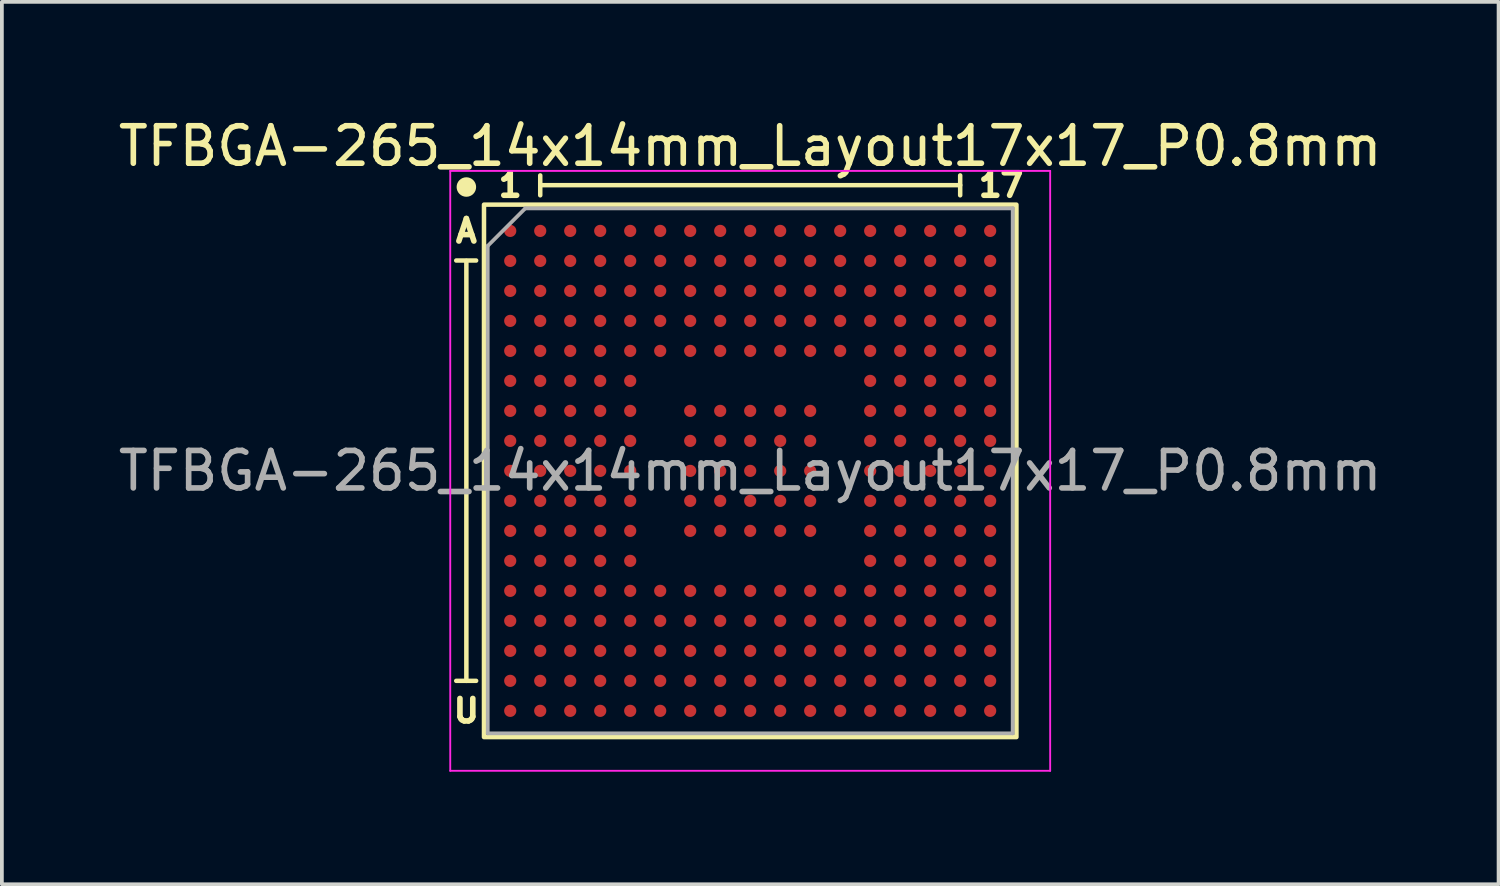
<source format=kicad_pcb>
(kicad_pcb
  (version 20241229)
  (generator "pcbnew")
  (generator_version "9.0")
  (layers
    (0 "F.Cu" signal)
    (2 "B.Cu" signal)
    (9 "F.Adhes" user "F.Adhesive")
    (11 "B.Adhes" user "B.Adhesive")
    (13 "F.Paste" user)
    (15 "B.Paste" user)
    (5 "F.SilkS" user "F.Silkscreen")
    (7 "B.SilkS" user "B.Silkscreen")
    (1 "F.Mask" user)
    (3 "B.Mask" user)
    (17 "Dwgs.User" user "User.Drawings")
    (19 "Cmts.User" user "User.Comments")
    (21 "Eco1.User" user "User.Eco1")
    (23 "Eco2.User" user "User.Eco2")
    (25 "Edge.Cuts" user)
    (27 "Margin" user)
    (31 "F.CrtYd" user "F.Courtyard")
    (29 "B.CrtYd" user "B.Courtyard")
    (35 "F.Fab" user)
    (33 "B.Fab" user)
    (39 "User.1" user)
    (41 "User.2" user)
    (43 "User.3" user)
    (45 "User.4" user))
  (footprint "TFBGA-265_14x14mm_Layout17x17_P0.8mm"
    (layer "F.Cu")
    (at 16.958 9.508)
    (property "Reference" "TFBGA-265_14x14mm_Layout17x17_P0.8mm" (at 0 -8.66 0) (layer "F.SilkS") (effects (font (size 1 1) (thickness 0.15))))
    (attr smd)
    (fp_line (start -7.84 -5.61) (end -7.31 -5.61) (stroke (width 0.12) (type solid)) (layer "F.SilkS"))
    (fp_line (start -7.84 5.6) (end -7.31 5.6) (stroke (width 0.12) (type solid)) (layer "F.SilkS"))
    (fp_line (start -7.57 -5.6) (end -7.57 5.6) (stroke (width 0.12) (type solid)) (layer "F.SilkS"))
    (fp_line (start -5.6 -7.62) (end 5.6 -7.62) (stroke (width 0.12) (type solid)) (layer "F.SilkS"))
    (fp_line (start -5.6 -7.35) (end -5.6 -7.88) (stroke (width 0.12) (type solid)) (layer "F.SilkS"))
    (fp_line (start 5.6 -7.35) (end 5.6 -7.88) (stroke (width 0.12) (type solid)) (layer "F.SilkS"))
    (fp_rect (start -7.1 -7.1) (end 7.1 7.1) (stroke (width 0.12) (type solid)) (fill no) (layer "F.SilkS"))
    (fp_circle (center -7.57 -7.57) (end -7.37 -7.57) (stroke (width 0.12) (type solid)) (fill yes) (layer "F.SilkS"))
    (fp_line (start -8 -8) (end -8 8) (stroke (width 0.05) (type solid)) (layer "F.CrtYd"))
    (fp_line (start -8 8) (end 8 8) (stroke (width 0.05) (type solid)) (layer "F.CrtYd"))
    (fp_line (start 8 -8) (end -8 -8) (stroke (width 0.05) (type solid)) (layer "F.CrtYd"))
    (fp_line (start 8 8) (end 8 -8) (stroke (width 0.05) (type solid)) (layer "F.CrtYd"))
    (fp_line (start -7 -6) (end -6 -7) (stroke (width 0.1) (type solid)) (layer "F.Fab"))
    (fp_line (start -7 7) (end -7 -6) (stroke (width 0.1) (type solid)) (layer "F.Fab"))
    (fp_line (start -6 -7) (end 7 -7) (stroke (width 0.1) (type solid)) (layer "F.Fab"))
    (fp_line (start 7 -7) (end 7 7) (stroke (width 0.1) (type solid)) (layer "F.Fab"))
    (fp_line (start 7 7) (end -7 7) (stroke (width 0.1) (type solid)) (layer "F.Fab"))
    (fp_text user "17" (at 6.69 -7.62 0) (unlocked yes) (layer "F.SilkS") (effects (font (size 0.6 0.6) (thickness 0.15))))
    (fp_text user "1" (at -6.4 -7.62 0) (unlocked yes) (layer "F.SilkS") (effects (font (size 0.6 0.6) (thickness 0.15))))
    (fp_text user "U" (at -7.57 6.4 0) (unlocked yes) (layer "F.SilkS") (effects (font (size 0.6 0.6) (thickness 0.15))))
    (fp_text user "A" (at -7.57 -6.4 0) (unlocked yes) (layer "F.SilkS") (effects (font (size 0.6 0.6) (thickness 0.15))))
    (fp_text user "${REFERENCE}" (at 0 0 0) (layer "F.Fab") (effects (font (size 1 1) (thickness 0.15))))
    (pad "A1" smd circle (at -6.4 -6.4) (size 0.325 0.325) (layers "F.Cu" "F.Mask" "F.Paste"))
    (pad "A2" smd circle (at -5.6 -6.4) (size 0.325 0.325) (layers "F.Cu" "F.Mask" "F.Paste"))
    (pad "A3" smd circle (at -4.8 -6.4) (size 0.325 0.325) (layers "F.Cu" "F.Mask" "F.Paste"))
    (pad "A4" smd circle (at -4 -6.4) (size 0.325 0.325) (layers "F.Cu" "F.Mask" "F.Paste"))
    (pad "A5" smd circle (at -3.2 -6.4) (size 0.325 0.325) (layers "F.Cu" "F.Mask" "F.Paste"))
    (pad "A6" smd circle (at -2.4 -6.4) (size 0.325 0.325) (layers "F.Cu" "F.Mask" "F.Paste"))
    (pad "A7" smd circle (at -1.6 -6.4) (size 0.325 0.325) (layers "F.Cu" "F.Mask" "F.Paste"))
    (pad "A8" smd circle (at -0.8 -6.4) (size 0.325 0.325) (layers "F.Cu" "F.Mask" "F.Paste"))
    (pad "A9" smd circle (at 0 -6.4) (size 0.325 0.325) (layers "F.Cu" "F.Mask" "F.Paste"))
    (pad "A10" smd circle (at 0.8 -6.4) (size 0.325 0.325) (layers "F.Cu" "F.Mask" "F.Paste"))
    (pad "A11" smd circle (at 1.6 -6.4) (size 0.325 0.325) (layers "F.Cu" "F.Mask" "F.Paste"))
    (pad "A12" smd circle (at 2.4 -6.4) (size 0.325 0.325) (layers "F.Cu" "F.Mask" "F.Paste"))
    (pad "A13" smd circle (at 3.2 -6.4) (size 0.325 0.325) (layers "F.Cu" "F.Mask" "F.Paste"))
    (pad "A14" smd circle (at 4 -6.4) (size 0.325 0.325) (layers "F.Cu" "F.Mask" "F.Paste"))
    (pad "A15" smd circle (at 4.8 -6.4) (size 0.325 0.325) (layers "F.Cu" "F.Mask" "F.Paste"))
    (pad "A16" smd circle (at 5.6 -6.4) (size 0.325 0.325) (layers "F.Cu" "F.Mask" "F.Paste"))
    (pad "A17" smd circle (at 6.4 -6.4) (size 0.325 0.325) (layers "F.Cu" "F.Mask" "F.Paste"))
    (pad "B1" smd circle (at -6.4 -5.6) (size 0.325 0.325) (layers "F.Cu" "F.Mask" "F.Paste"))
    (pad "B2" smd circle (at -5.6 -5.6) (size 0.325 0.325) (layers "F.Cu" "F.Mask" "F.Paste"))
    (pad "B3" smd circle (at -4.8 -5.6) (size 0.325 0.325) (layers "F.Cu" "F.Mask" "F.Paste"))
    (pad "B4" smd circle (at -4 -5.6) (size 0.325 0.325) (layers "F.Cu" "F.Mask" "F.Paste"))
    (pad "B5" smd circle (at -3.2 -5.6) (size 0.325 0.325) (layers "F.Cu" "F.Mask" "F.Paste"))
    (pad "B6" smd circle (at -2.4 -5.6) (size 0.325 0.325) (layers "F.Cu" "F.Mask" "F.Paste"))
    (pad "B7" smd circle (at -1.6 -5.6) (size 0.325 0.325) (layers "F.Cu" "F.Mask" "F.Paste"))
    (pad "B8" smd circle (at -0.8 -5.6) (size 0.325 0.325) (layers "F.Cu" "F.Mask" "F.Paste"))
    (pad "B9" smd circle (at 0 -5.6) (size 0.325 0.325) (layers "F.Cu" "F.Mask" "F.Paste"))
    (pad "B10" smd circle (at 0.8 -5.6) (size 0.325 0.325) (layers "F.Cu" "F.Mask" "F.Paste"))
    (pad "B11" smd circle (at 1.6 -5.6) (size 0.325 0.325) (layers "F.Cu" "F.Mask" "F.Paste"))
    (pad "B12" smd circle (at 2.4 -5.6) (size 0.325 0.325) (layers "F.Cu" "F.Mask" "F.Paste"))
    (pad "B13" smd circle (at 3.2 -5.6) (size 0.325 0.325) (layers "F.Cu" "F.Mask" "F.Paste"))
    (pad "B14" smd circle (at 4 -5.6) (size 0.325 0.325) (layers "F.Cu" "F.Mask" "F.Paste"))
    (pad "B15" smd circle (at 4.8 -5.6) (size 0.325 0.325) (layers "F.Cu" "F.Mask" "F.Paste"))
    (pad "B16" smd circle (at 5.6 -5.6) (size 0.325 0.325) (layers "F.Cu" "F.Mask" "F.Paste"))
    (pad "B17" smd circle (at 6.4 -5.6) (size 0.325 0.325) (layers "F.Cu" "F.Mask" "F.Paste"))
    (pad "C1" smd circle (at -6.4 -4.8) (size 0.325 0.325) (layers "F.Cu" "F.Mask" "F.Paste"))
    (pad "C2" smd circle (at -5.6 -4.8) (size 0.325 0.325) (layers "F.Cu" "F.Mask" "F.Paste"))
    (pad "C3" smd circle (at -4.8 -4.8) (size 0.325 0.325) (layers "F.Cu" "F.Mask" "F.Paste"))
    (pad "C4" smd circle (at -4 -4.8) (size 0.325 0.325) (layers "F.Cu" "F.Mask" "F.Paste"))
    (pad "C5" smd circle (at -3.2 -4.8) (size 0.325 0.325) (layers "F.Cu" "F.Mask" "F.Paste"))
    (pad "C6" smd circle (at -2.4 -4.8) (size 0.325 0.325) (layers "F.Cu" "F.Mask" "F.Paste"))
    (pad "C7" smd circle (at -1.6 -4.8) (size 0.325 0.325) (layers "F.Cu" "F.Mask" "F.Paste"))
    (pad "C8" smd circle (at -0.8 -4.8) (size 0.325 0.325) (layers "F.Cu" "F.Mask" "F.Paste"))
    (pad "C9" smd circle (at 0 -4.8) (size 0.325 0.325) (layers "F.Cu" "F.Mask" "F.Paste"))
    (pad "C10" smd circle (at 0.8 -4.8) (size 0.325 0.325) (layers "F.Cu" "F.Mask" "F.Paste"))
    (pad "C11" smd circle (at 1.6 -4.8) (size 0.325 0.325) (layers "F.Cu" "F.Mask" "F.Paste"))
    (pad "C12" smd circle (at 2.4 -4.8) (size 0.325 0.325) (layers "F.Cu" "F.Mask" "F.Paste"))
    (pad "C13" smd circle (at 3.2 -4.8) (size 0.325 0.325) (layers "F.Cu" "F.Mask" "F.Paste"))
    (pad "C14" smd circle (at 4 -4.8) (size 0.325 0.325) (layers "F.Cu" "F.Mask" "F.Paste"))
    (pad "C15" smd circle (at 4.8 -4.8) (size 0.325 0.325) (layers "F.Cu" "F.Mask" "F.Paste"))
    (pad "C16" smd circle (at 5.6 -4.8) (size 0.325 0.325) (layers "F.Cu" "F.Mask" "F.Paste"))
    (pad "C17" smd circle (at 6.4 -4.8) (size 0.325 0.325) (layers "F.Cu" "F.Mask" "F.Paste"))
    (pad "D1" smd circle (at -6.4 -4) (size 0.325 0.325) (layers "F.Cu" "F.Mask" "F.Paste"))
    (pad "D2" smd circle (at -5.6 -4) (size 0.325 0.325) (layers "F.Cu" "F.Mask" "F.Paste"))
    (pad "D3" smd circle (at -4.8 -4) (size 0.325 0.325) (layers "F.Cu" "F.Mask" "F.Paste"))
    (pad "D4" smd circle (at -4 -4) (size 0.325 0.325) (layers "F.Cu" "F.Mask" "F.Paste"))
    (pad "D5" smd circle (at -3.2 -4) (size 0.325 0.325) (layers "F.Cu" "F.Mask" "F.Paste"))
    (pad "D6" smd circle (at -2.4 -4) (size 0.325 0.325) (layers "F.Cu" "F.Mask" "F.Paste"))
    (pad "D7" smd circle (at -1.6 -4) (size 0.325 0.325) (layers "F.Cu" "F.Mask" "F.Paste"))
    (pad "D8" smd circle (at -0.8 -4) (size 0.325 0.325) (layers "F.Cu" "F.Mask" "F.Paste"))
    (pad "D9" smd circle (at 0 -4) (size 0.325 0.325) (layers "F.Cu" "F.Mask" "F.Paste"))
    (pad "D10" smd circle (at 0.8 -4) (size 0.325 0.325) (layers "F.Cu" "F.Mask" "F.Paste"))
    (pad "D11" smd circle (at 1.6 -4) (size 0.325 0.325) (layers "F.Cu" "F.Mask" "F.Paste"))
    (pad "D12" smd circle (at 2.4 -4) (size 0.325 0.325) (layers "F.Cu" "F.Mask" "F.Paste"))
    (pad "D13" smd circle (at 3.2 -4) (size 0.325 0.325) (layers "F.Cu" "F.Mask" "F.Paste"))
    (pad "D14" smd circle (at 4 -4) (size 0.325 0.325) (layers "F.Cu" "F.Mask" "F.Paste"))
    (pad "D15" smd circle (at 4.8 -4) (size 0.325 0.325) (layers "F.Cu" "F.Mask" "F.Paste"))
    (pad "D16" smd circle (at 5.6 -4) (size 0.325 0.325) (layers "F.Cu" "F.Mask" "F.Paste"))
    (pad "D17" smd circle (at 6.4 -4) (size 0.325 0.325) (layers "F.Cu" "F.Mask" "F.Paste"))
    (pad "E1" smd circle (at -6.4 -3.2) (size 0.325 0.325) (layers "F.Cu" "F.Mask" "F.Paste"))
    (pad "E2" smd circle (at -5.6 -3.2) (size 0.325 0.325) (layers "F.Cu" "F.Mask" "F.Paste"))
    (pad "E3" smd circle (at -4.8 -3.2) (size 0.325 0.325) (layers "F.Cu" "F.Mask" "F.Paste"))
    (pad "E4" smd circle (at -4 -3.2) (size 0.325 0.325) (layers "F.Cu" "F.Mask" "F.Paste"))
    (pad "E5" smd circle (at -3.2 -3.2) (size 0.325 0.325) (layers "F.Cu" "F.Mask" "F.Paste"))
    (pad "E6" smd circle (at -2.4 -3.2) (size 0.325 0.325) (layers "F.Cu" "F.Mask" "F.Paste"))
    (pad "E7" smd circle (at -1.6 -3.2) (size 0.325 0.325) (layers "F.Cu" "F.Mask" "F.Paste"))
    (pad "E8" smd circle (at -0.8 -3.2) (size 0.325 0.325) (layers "F.Cu" "F.Mask" "F.Paste"))
    (pad "E9" smd circle (at 0 -3.2) (size 0.325 0.325) (layers "F.Cu" "F.Mask" "F.Paste"))
    (pad "E10" smd circle (at 0.8 -3.2) (size 0.325 0.325) (layers "F.Cu" "F.Mask" "F.Paste"))
    (pad "E11" smd circle (at 1.6 -3.2) (size 0.325 0.325) (layers "F.Cu" "F.Mask" "F.Paste"))
    (pad "E12" smd circle (at 2.4 -3.2) (size 0.325 0.325) (layers "F.Cu" "F.Mask" "F.Paste"))
    (pad "E13" smd circle (at 3.2 -3.2) (size 0.325 0.325) (layers "F.Cu" "F.Mask" "F.Paste"))
    (pad "E14" smd circle (at 4 -3.2) (size 0.325 0.325) (layers "F.Cu" "F.Mask" "F.Paste"))
    (pad "E15" smd circle (at 4.8 -3.2) (size 0.325 0.325) (layers "F.Cu" "F.Mask" "F.Paste"))
    (pad "E16" smd circle (at 5.6 -3.2) (size 0.325 0.325) (layers "F.Cu" "F.Mask" "F.Paste"))
    (pad "E17" smd circle (at 6.4 -3.2) (size 0.325 0.325) (layers "F.Cu" "F.Mask" "F.Paste"))
    (pad "F1" smd circle (at -6.4 -2.4) (size 0.325 0.325) (layers "F.Cu" "F.Mask" "F.Paste"))
    (pad "F2" smd circle (at -5.6 -2.4) (size 0.325 0.325) (layers "F.Cu" "F.Mask" "F.Paste"))
    (pad "F3" smd circle (at -4.8 -2.4) (size 0.325 0.325) (layers "F.Cu" "F.Mask" "F.Paste"))
    (pad "F4" smd circle (at -4 -2.4) (size 0.325 0.325) (layers "F.Cu" "F.Mask" "F.Paste"))
    (pad "F5" smd circle (at -3.2 -2.4) (size 0.325 0.325) (layers "F.Cu" "F.Mask" "F.Paste"))
    (pad "F13" smd circle (at 3.2 -2.4) (size 0.325 0.325) (layers "F.Cu" "F.Mask" "F.Paste"))
    (pad "F14" smd circle (at 4 -2.4) (size 0.325 0.325) (layers "F.Cu" "F.Mask" "F.Paste"))
    (pad "F15" smd circle (at 4.8 -2.4) (size 0.325 0.325) (layers "F.Cu" "F.Mask" "F.Paste"))
    (pad "F16" smd circle (at 5.6 -2.4) (size 0.325 0.325) (layers "F.Cu" "F.Mask" "F.Paste"))
    (pad "F17" smd circle (at 6.4 -2.4) (size 0.325 0.325) (layers "F.Cu" "F.Mask" "F.Paste"))
    (pad "G1" smd circle (at -6.4 -1.6) (size 0.325 0.325) (layers "F.Cu" "F.Mask" "F.Paste"))
    (pad "G2" smd circle (at -5.6 -1.6) (size 0.325 0.325) (layers "F.Cu" "F.Mask" "F.Paste"))
    (pad "G3" smd circle (at -4.8 -1.6) (size 0.325 0.325) (layers "F.Cu" "F.Mask" "F.Paste"))
    (pad "G4" smd circle (at -4 -1.6) (size 0.325 0.325) (layers "F.Cu" "F.Mask" "F.Paste"))
    (pad "G5" smd circle (at -3.2 -1.6) (size 0.325 0.325) (layers "F.Cu" "F.Mask" "F.Paste"))
    (pad "G7" smd circle (at -1.6 -1.6) (size 0.325 0.325) (layers "F.Cu" "F.Mask" "F.Paste"))
    (pad "G8" smd circle (at -0.8 -1.6) (size 0.325 0.325) (layers "F.Cu" "F.Mask" "F.Paste"))
    (pad "G9" smd circle (at 0 -1.6) (size 0.325 0.325) (layers "F.Cu" "F.Mask" "F.Paste"))
    (pad "G10" smd circle (at 0.8 -1.6) (size 0.325 0.325) (layers "F.Cu" "F.Mask" "F.Paste"))
    (pad "G11" smd circle (at 1.6 -1.6) (size 0.325 0.325) (layers "F.Cu" "F.Mask" "F.Paste"))
    (pad "G13" smd circle (at 3.2 -1.6) (size 0.325 0.325) (layers "F.Cu" "F.Mask" "F.Paste"))
    (pad "G14" smd circle (at 4 -1.6) (size 0.325 0.325) (layers "F.Cu" "F.Mask" "F.Paste"))
    (pad "G15" smd circle (at 4.8 -1.6) (size 0.325 0.325) (layers "F.Cu" "F.Mask" "F.Paste"))
    (pad "G16" smd circle (at 5.6 -1.6) (size 0.325 0.325) (layers "F.Cu" "F.Mask" "F.Paste"))
    (pad "G17" smd circle (at 6.4 -1.6) (size 0.325 0.325) (layers "F.Cu" "F.Mask" "F.Paste"))
    (pad "H1" smd circle (at -6.4 -0.8) (size 0.325 0.325) (layers "F.Cu" "F.Mask" "F.Paste"))
    (pad "H2" smd circle (at -5.6 -0.8) (size 0.325 0.325) (layers "F.Cu" "F.Mask" "F.Paste"))
    (pad "H3" smd circle (at -4.8 -0.8) (size 0.325 0.325) (layers "F.Cu" "F.Mask" "F.Paste"))
    (pad "H4" smd circle (at -4 -0.8) (size 0.325 0.325) (layers "F.Cu" "F.Mask" "F.Paste"))
    (pad "H5" smd circle (at -3.2 -0.8) (size 0.325 0.325) (layers "F.Cu" "F.Mask" "F.Paste"))
    (pad "H7" smd circle (at -1.6 -0.8) (size 0.325 0.325) (layers "F.Cu" "F.Mask" "F.Paste"))
    (pad "H8" smd circle (at -0.8 -0.8) (size 0.325 0.325) (layers "F.Cu" "F.Mask" "F.Paste"))
    (pad "H9" smd circle (at 0 -0.8) (size 0.325 0.325) (layers "F.Cu" "F.Mask" "F.Paste"))
    (pad "H10" smd circle (at 0.8 -0.8) (size 0.325 0.325) (layers "F.Cu" "F.Mask" "F.Paste"))
    (pad "H11" smd circle (at 1.6 -0.8) (size 0.325 0.325) (layers "F.Cu" "F.Mask" "F.Paste"))
    (pad "H13" smd circle (at 3.2 -0.8) (size 0.325 0.325) (layers "F.Cu" "F.Mask" "F.Paste"))
    (pad "H14" smd circle (at 4 -0.8) (size 0.325 0.325) (layers "F.Cu" "F.Mask" "F.Paste"))
    (pad "H15" smd circle (at 4.8 -0.8) (size 0.325 0.325) (layers "F.Cu" "F.Mask" "F.Paste"))
    (pad "H16" smd circle (at 5.6 -0.8) (size 0.325 0.325) (layers "F.Cu" "F.Mask" "F.Paste"))
    (pad "H17" smd circle (at 6.4 -0.8) (size 0.325 0.325) (layers "F.Cu" "F.Mask" "F.Paste"))
    (pad "J1" smd circle (at -6.4 0) (size 0.325 0.325) (layers "F.Cu" "F.Mask" "F.Paste"))
    (pad "J2" smd circle (at -5.6 0) (size 0.325 0.325) (layers "F.Cu" "F.Mask" "F.Paste"))
    (pad "J3" smd circle (at -4.8 0) (size 0.325 0.325) (layers "F.Cu" "F.Mask" "F.Paste"))
    (pad "J4" smd circle (at -4 0) (size 0.325 0.325) (layers "F.Cu" "F.Mask" "F.Paste"))
    (pad "J5" smd circle (at -3.2 0) (size 0.325 0.325) (layers "F.Cu" "F.Mask" "F.Paste"))
    (pad "J7" smd circle (at -1.6 0) (size 0.325 0.325) (layers "F.Cu" "F.Mask" "F.Paste"))
    (pad "J8" smd circle (at -0.8 0) (size 0.325 0.325) (layers "F.Cu" "F.Mask" "F.Paste"))
    (pad "J9" smd circle (at 0 0) (size 0.325 0.325) (layers "F.Cu" "F.Mask" "F.Paste"))
    (pad "J10" smd circle (at 0.8 0) (size 0.325 0.325) (layers "F.Cu" "F.Mask" "F.Paste"))
    (pad "J11" smd circle (at 1.6 0) (size 0.325 0.325) (layers "F.Cu" "F.Mask" "F.Paste"))
    (pad "J13" smd circle (at 3.2 0) (size 0.325 0.325) (layers "F.Cu" "F.Mask" "F.Paste"))
    (pad "J14" smd circle (at 4 0) (size 0.325 0.325) (layers "F.Cu" "F.Mask" "F.Paste"))
    (pad "J15" smd circle (at 4.8 0) (size 0.325 0.325) (layers "F.Cu" "F.Mask" "F.Paste"))
    (pad "J16" smd circle (at 5.6 0) (size 0.325 0.325) (layers "F.Cu" "F.Mask" "F.Paste"))
    (pad "J17" smd circle (at 6.4 0) (size 0.325 0.325) (layers "F.Cu" "F.Mask" "F.Paste"))
    (pad "K1" smd circle (at -6.4 0.8) (size 0.325 0.325) (layers "F.Cu" "F.Mask" "F.Paste"))
    (pad "K2" smd circle (at -5.6 0.8) (size 0.325 0.325) (layers "F.Cu" "F.Mask" "F.Paste"))
    (pad "K3" smd circle (at -4.8 0.8) (size 0.325 0.325) (layers "F.Cu" "F.Mask" "F.Paste"))
    (pad "K4" smd circle (at -4 0.8) (size 0.325 0.325) (layers "F.Cu" "F.Mask" "F.Paste"))
    (pad "K5" smd circle (at -3.2 0.8) (size 0.325 0.325) (layers "F.Cu" "F.Mask" "F.Paste"))
    (pad "K7" smd circle (at -1.6 0.8) (size 0.325 0.325) (layers "F.Cu" "F.Mask" "F.Paste"))
    (pad "K8" smd circle (at -0.8 0.8) (size 0.325 0.325) (layers "F.Cu" "F.Mask" "F.Paste"))
    (pad "K9" smd circle (at 0 0.8) (size 0.325 0.325) (layers "F.Cu" "F.Mask" "F.Paste"))
    (pad "K10" smd circle (at 0.8 0.8) (size 0.325 0.325) (layers "F.Cu" "F.Mask" "F.Paste"))
    (pad "K11" smd circle (at 1.6 0.8) (size 0.325 0.325) (layers "F.Cu" "F.Mask" "F.Paste"))
    (pad "K13" smd circle (at 3.2 0.8) (size 0.325 0.325) (layers "F.Cu" "F.Mask" "F.Paste"))
    (pad "K14" smd circle (at 4 0.8) (size 0.325 0.325) (layers "F.Cu" "F.Mask" "F.Paste"))
    (pad "K15" smd circle (at 4.8 0.8) (size 0.325 0.325) (layers "F.Cu" "F.Mask" "F.Paste"))
    (pad "K16" smd circle (at 5.6 0.8) (size 0.325 0.325) (layers "F.Cu" "F.Mask" "F.Paste"))
    (pad "K17" smd circle (at 6.4 0.8) (size 0.325 0.325) (layers "F.Cu" "F.Mask" "F.Paste"))
    (pad "L1" smd circle (at -6.4 1.6) (size 0.325 0.325) (layers "F.Cu" "F.Mask" "F.Paste"))
    (pad "L2" smd circle (at -5.6 1.6) (size 0.325 0.325) (layers "F.Cu" "F.Mask" "F.Paste"))
    (pad "L3" smd circle (at -4.8 1.6) (size 0.325 0.325) (layers "F.Cu" "F.Mask" "F.Paste"))
    (pad "L4" smd circle (at -4 1.6) (size 0.325 0.325) (layers "F.Cu" "F.Mask" "F.Paste"))
    (pad "L5" smd circle (at -3.2 1.6) (size 0.325 0.325) (layers "F.Cu" "F.Mask" "F.Paste"))
    (pad "L7" smd circle (at -1.6 1.6) (size 0.325 0.325) (layers "F.Cu" "F.Mask" "F.Paste"))
    (pad "L8" smd circle (at -0.8 1.6) (size 0.325 0.325) (layers "F.Cu" "F.Mask" "F.Paste"))
    (pad "L9" smd circle (at 0 1.6) (size 0.325 0.325) (layers "F.Cu" "F.Mask" "F.Paste"))
    (pad "L10" smd circle (at 0.8 1.6) (size 0.325 0.325) (layers "F.Cu" "F.Mask" "F.Paste"))
    (pad "L11" smd circle (at 1.6 1.6) (size 0.325 0.325) (layers "F.Cu" "F.Mask" "F.Paste"))
    (pad "L13" smd circle (at 3.2 1.6) (size 0.325 0.325) (layers "F.Cu" "F.Mask" "F.Paste"))
    (pad "L14" smd circle (at 4 1.6) (size 0.325 0.325) (layers "F.Cu" "F.Mask" "F.Paste"))
    (pad "L15" smd circle (at 4.8 1.6) (size 0.325 0.325) (layers "F.Cu" "F.Mask" "F.Paste"))
    (pad "L16" smd circle (at 5.6 1.6) (size 0.325 0.325) (layers "F.Cu" "F.Mask" "F.Paste"))
    (pad "L17" smd circle (at 6.4 1.6) (size 0.325 0.325) (layers "F.Cu" "F.Mask" "F.Paste"))
    (pad "M1" smd circle (at -6.4 2.4) (size 0.325 0.325) (layers "F.Cu" "F.Mask" "F.Paste"))
    (pad "M2" smd circle (at -5.6 2.4) (size 0.325 0.325) (layers "F.Cu" "F.Mask" "F.Paste"))
    (pad "M3" smd circle (at -4.8 2.4) (size 0.325 0.325) (layers "F.Cu" "F.Mask" "F.Paste"))
    (pad "M4" smd circle (at -4 2.4) (size 0.325 0.325) (layers "F.Cu" "F.Mask" "F.Paste"))
    (pad "M5" smd circle (at -3.2 2.4) (size 0.325 0.325) (layers "F.Cu" "F.Mask" "F.Paste"))
    (pad "M13" smd circle (at 3.2 2.4) (size 0.325 0.325) (layers "F.Cu" "F.Mask" "F.Paste"))
    (pad "M14" smd circle (at 4 2.4) (size 0.325 0.325) (layers "F.Cu" "F.Mask" "F.Paste"))
    (pad "M15" smd circle (at 4.8 2.4) (size 0.325 0.325) (layers "F.Cu" "F.Mask" "F.Paste"))
    (pad "M16" smd circle (at 5.6 2.4) (size 0.325 0.325) (layers "F.Cu" "F.Mask" "F.Paste"))
    (pad "M17" smd circle (at 6.4 2.4) (size 0.325 0.325) (layers "F.Cu" "F.Mask" "F.Paste"))
    (pad "N1" smd circle (at -6.4 3.2) (size 0.325 0.325) (layers "F.Cu" "F.Mask" "F.Paste"))
    (pad "N2" smd circle (at -5.6 3.2) (size 0.325 0.325) (layers "F.Cu" "F.Mask" "F.Paste"))
    (pad "N3" smd circle (at -4.8 3.2) (size 0.325 0.325) (layers "F.Cu" "F.Mask" "F.Paste"))
    (pad "N4" smd circle (at -4 3.2) (size 0.325 0.325) (layers "F.Cu" "F.Mask" "F.Paste"))
    (pad "N5" smd circle (at -3.2 3.2) (size 0.325 0.325) (layers "F.Cu" "F.Mask" "F.Paste"))
    (pad "N6" smd circle (at -2.4 3.2) (size 0.325 0.325) (layers "F.Cu" "F.Mask" "F.Paste"))
    (pad "N7" smd circle (at -1.6 3.2) (size 0.325 0.325) (layers "F.Cu" "F.Mask" "F.Paste"))
    (pad "N8" smd circle (at -0.8 3.2) (size 0.325 0.325) (layers "F.Cu" "F.Mask" "F.Paste"))
    (pad "N9" smd circle (at 0 3.2) (size 0.325 0.325) (layers "F.Cu" "F.Mask" "F.Paste"))
    (pad "N10" smd circle (at 0.8 3.2) (size 0.325 0.325) (layers "F.Cu" "F.Mask" "F.Paste"))
    (pad "N11" smd circle (at 1.6 3.2) (size 0.325 0.325) (layers "F.Cu" "F.Mask" "F.Paste"))
    (pad "N12" smd circle (at 2.4 3.2) (size 0.325 0.325) (layers "F.Cu" "F.Mask" "F.Paste"))
    (pad "N13" smd circle (at 3.2 3.2) (size 0.325 0.325) (layers "F.Cu" "F.Mask" "F.Paste"))
    (pad "N14" smd circle (at 4 3.2) (size 0.325 0.325) (layers "F.Cu" "F.Mask" "F.Paste"))
    (pad "N15" smd circle (at 4.8 3.2) (size 0.325 0.325) (layers "F.Cu" "F.Mask" "F.Paste"))
    (pad "N16" smd circle (at 5.6 3.2) (size 0.325 0.325) (layers "F.Cu" "F.Mask" "F.Paste"))
    (pad "N17" smd circle (at 6.4 3.2) (size 0.325 0.325) (layers "F.Cu" "F.Mask" "F.Paste"))
    (pad "P1" smd circle (at -6.4 4) (size 0.325 0.325) (layers "F.Cu" "F.Mask" "F.Paste"))
    (pad "P2" smd circle (at -5.6 4) (size 0.325 0.325) (layers "F.Cu" "F.Mask" "F.Paste"))
    (pad "P3" smd circle (at -4.8 4) (size 0.325 0.325) (layers "F.Cu" "F.Mask" "F.Paste"))
    (pad "P4" smd circle (at -4 4) (size 0.325 0.325) (layers "F.Cu" "F.Mask" "F.Paste"))
    (pad "P5" smd circle (at -3.2 4) (size 0.325 0.325) (layers "F.Cu" "F.Mask" "F.Paste"))
    (pad "P6" smd circle (at -2.4 4) (size 0.325 0.325) (layers "F.Cu" "F.Mask" "F.Paste"))
    (pad "P7" smd circle (at -1.6 4) (size 0.325 0.325) (layers "F.Cu" "F.Mask" "F.Paste"))
    (pad "P8" smd circle (at -0.8 4) (size 0.325 0.325) (layers "F.Cu" "F.Mask" "F.Paste"))
    (pad "P9" smd circle (at 0 4) (size 0.325 0.325) (layers "F.Cu" "F.Mask" "F.Paste"))
    (pad "P10" smd circle (at 0.8 4) (size 0.325 0.325) (layers "F.Cu" "F.Mask" "F.Paste"))
    (pad "P11" smd circle (at 1.6 4) (size 0.325 0.325) (layers "F.Cu" "F.Mask" "F.Paste"))
    (pad "P12" smd circle (at 2.4 4) (size 0.325 0.325) (layers "F.Cu" "F.Mask" "F.Paste"))
    (pad "P13" smd circle (at 3.2 4) (size 0.325 0.325) (layers "F.Cu" "F.Mask" "F.Paste"))
    (pad "P14" smd circle (at 4 4) (size 0.325 0.325) (layers "F.Cu" "F.Mask" "F.Paste"))
    (pad "P15" smd circle (at 4.8 4) (size 0.325 0.325) (layers "F.Cu" "F.Mask" "F.Paste"))
    (pad "P16" smd circle (at 5.6 4) (size 0.325 0.325) (layers "F.Cu" "F.Mask" "F.Paste"))
    (pad "P17" smd circle (at 6.4 4) (size 0.325 0.325) (layers "F.Cu" "F.Mask" "F.Paste"))
    (pad "R1" smd circle (at -6.4 4.8) (size 0.325 0.325) (layers "F.Cu" "F.Mask" "F.Paste"))
    (pad "R2" smd circle (at -5.6 4.8) (size 0.325 0.325) (layers "F.Cu" "F.Mask" "F.Paste"))
    (pad "R3" smd circle (at -4.8 4.8) (size 0.325 0.325) (layers "F.Cu" "F.Mask" "F.Paste"))
    (pad "R4" smd circle (at -4 4.8) (size 0.325 0.325) (layers "F.Cu" "F.Mask" "F.Paste"))
    (pad "R5" smd circle (at -3.2 4.8) (size 0.325 0.325) (layers "F.Cu" "F.Mask" "F.Paste"))
    (pad "R6" smd circle (at -2.4 4.8) (size 0.325 0.325) (layers "F.Cu" "F.Mask" "F.Paste"))
    (pad "R7" smd circle (at -1.6 4.8) (size 0.325 0.325) (layers "F.Cu" "F.Mask" "F.Paste"))
    (pad "R8" smd circle (at -0.8 4.8) (size 0.325 0.325) (layers "F.Cu" "F.Mask" "F.Paste"))
    (pad "R9" smd circle (at 0 4.8) (size 0.325 0.325) (layers "F.Cu" "F.Mask" "F.Paste"))
    (pad "R10" smd circle (at 0.8 4.8) (size 0.325 0.325) (layers "F.Cu" "F.Mask" "F.Paste"))
    (pad "R11" smd circle (at 1.6 4.8) (size 0.325 0.325) (layers "F.Cu" "F.Mask" "F.Paste"))
    (pad "R12" smd circle (at 2.4 4.8) (size 0.325 0.325) (layers "F.Cu" "F.Mask" "F.Paste"))
    (pad "R13" smd circle (at 3.2 4.8) (size 0.325 0.325) (layers "F.Cu" "F.Mask" "F.Paste"))
    (pad "R14" smd circle (at 4 4.8) (size 0.325 0.325) (layers "F.Cu" "F.Mask" "F.Paste"))
    (pad "R15" smd circle (at 4.8 4.8) (size 0.325 0.325) (layers "F.Cu" "F.Mask" "F.Paste"))
    (pad "R16" smd circle (at 5.6 4.8) (size 0.325 0.325) (layers "F.Cu" "F.Mask" "F.Paste"))
    (pad "R17" smd circle (at 6.4 4.8) (size 0.325 0.325) (layers "F.Cu" "F.Mask" "F.Paste"))
    (pad "T1" smd circle (at -6.4 5.6) (size 0.325 0.325) (layers "F.Cu" "F.Mask" "F.Paste"))
    (pad "T2" smd circle (at -5.6 5.6) (size 0.325 0.325) (layers "F.Cu" "F.Mask" "F.Paste"))
    (pad "T3" smd circle (at -4.8 5.6) (size 0.325 0.325) (layers "F.Cu" "F.Mask" "F.Paste"))
    (pad "T4" smd circle (at -4 5.6) (size 0.325 0.325) (layers "F.Cu" "F.Mask" "F.Paste"))
    (pad "T5" smd circle (at -3.2 5.6) (size 0.325 0.325) (layers "F.Cu" "F.Mask" "F.Paste"))
    (pad "T6" smd circle (at -2.4 5.6) (size 0.325 0.325) (layers "F.Cu" "F.Mask" "F.Paste"))
    (pad "T7" smd circle (at -1.6 5.6) (size 0.325 0.325) (layers "F.Cu" "F.Mask" "F.Paste"))
    (pad "T8" smd circle (at -0.8 5.6) (size 0.325 0.325) (layers "F.Cu" "F.Mask" "F.Paste"))
    (pad "T9" smd circle (at 0 5.6) (size 0.325 0.325) (layers "F.Cu" "F.Mask" "F.Paste"))
    (pad "T10" smd circle (at 0.8 5.6) (size 0.325 0.325) (layers "F.Cu" "F.Mask" "F.Paste"))
    (pad "T11" smd circle (at 1.6 5.6) (size 0.325 0.325) (layers "F.Cu" "F.Mask" "F.Paste"))
    (pad "T12" smd circle (at 2.4 5.6) (size 0.325 0.325) (layers "F.Cu" "F.Mask" "F.Paste"))
    (pad "T13" smd circle (at 3.2 5.6) (size 0.325 0.325) (layers "F.Cu" "F.Mask" "F.Paste"))
    (pad "T14" smd circle (at 4 5.6) (size 0.325 0.325) (layers "F.Cu" "F.Mask" "F.Paste"))
    (pad "T15" smd circle (at 4.8 5.6) (size 0.325 0.325) (layers "F.Cu" "F.Mask" "F.Paste"))
    (pad "T16" smd circle (at 5.6 5.6) (size 0.325 0.325) (layers "F.Cu" "F.Mask" "F.Paste"))
    (pad "T17" smd circle (at 6.4 5.6) (size 0.325 0.325) (layers "F.Cu" "F.Mask" "F.Paste"))
    (pad "U1" smd circle (at -6.4 6.4) (size 0.325 0.325) (layers "F.Cu" "F.Mask" "F.Paste"))
    (pad "U2" smd circle (at -5.6 6.4) (size 0.325 0.325) (layers "F.Cu" "F.Mask" "F.Paste"))
    (pad "U3" smd circle (at -4.8 6.4) (size 0.325 0.325) (layers "F.Cu" "F.Mask" "F.Paste"))
    (pad "U4" smd circle (at -4 6.4) (size 0.325 0.325) (layers "F.Cu" "F.Mask" "F.Paste"))
    (pad "U5" smd circle (at -3.2 6.4) (size 0.325 0.325) (layers "F.Cu" "F.Mask" "F.Paste"))
    (pad "U6" smd circle (at -2.4 6.4) (size 0.325 0.325) (layers "F.Cu" "F.Mask" "F.Paste"))
    (pad "U7" smd circle (at -1.6 6.4) (size 0.325 0.325) (layers "F.Cu" "F.Mask" "F.Paste"))
    (pad "U8" smd circle (at -0.8 6.4) (size 0.325 0.325) (layers "F.Cu" "F.Mask" "F.Paste"))
    (pad "U9" smd circle (at 0 6.4) (size 0.325 0.325) (layers "F.Cu" "F.Mask" "F.Paste"))
    (pad "U10" smd circle (at 0.8 6.4) (size 0.325 0.325) (layers "F.Cu" "F.Mask" "F.Paste"))
    (pad "U11" smd circle (at 1.6 6.4) (size 0.325 0.325) (layers "F.Cu" "F.Mask" "F.Paste"))
    (pad "U12" smd circle (at 2.4 6.4) (size 0.325 0.325) (layers "F.Cu" "F.Mask" "F.Paste"))
    (pad "U13" smd circle (at 3.2 6.4) (size 0.325 0.325) (layers "F.Cu" "F.Mask" "F.Paste"))
    (pad "U14" smd circle (at 4 6.4) (size 0.325 0.325) (layers "F.Cu" "F.Mask" "F.Paste"))
    (pad "U15" smd circle (at 4.8 6.4) (size 0.325 0.325) (layers "F.Cu" "F.Mask" "F.Paste"))
    (pad "U16" smd circle (at 5.6 6.4) (size 0.325 0.325) (layers "F.Cu" "F.Mask" "F.Paste"))
    (pad "U17" smd circle (at 6.4 6.4) (size 0.325 0.325) (layers "F.Cu" "F.Mask" "F.Paste")))
  (gr_rect
    (start -3 -3)
    (end 36.917 20.533)
    (stroke (width 0.1) (type default))
    (fill no)
    (layer "Edge.Cuts")))
</source>
